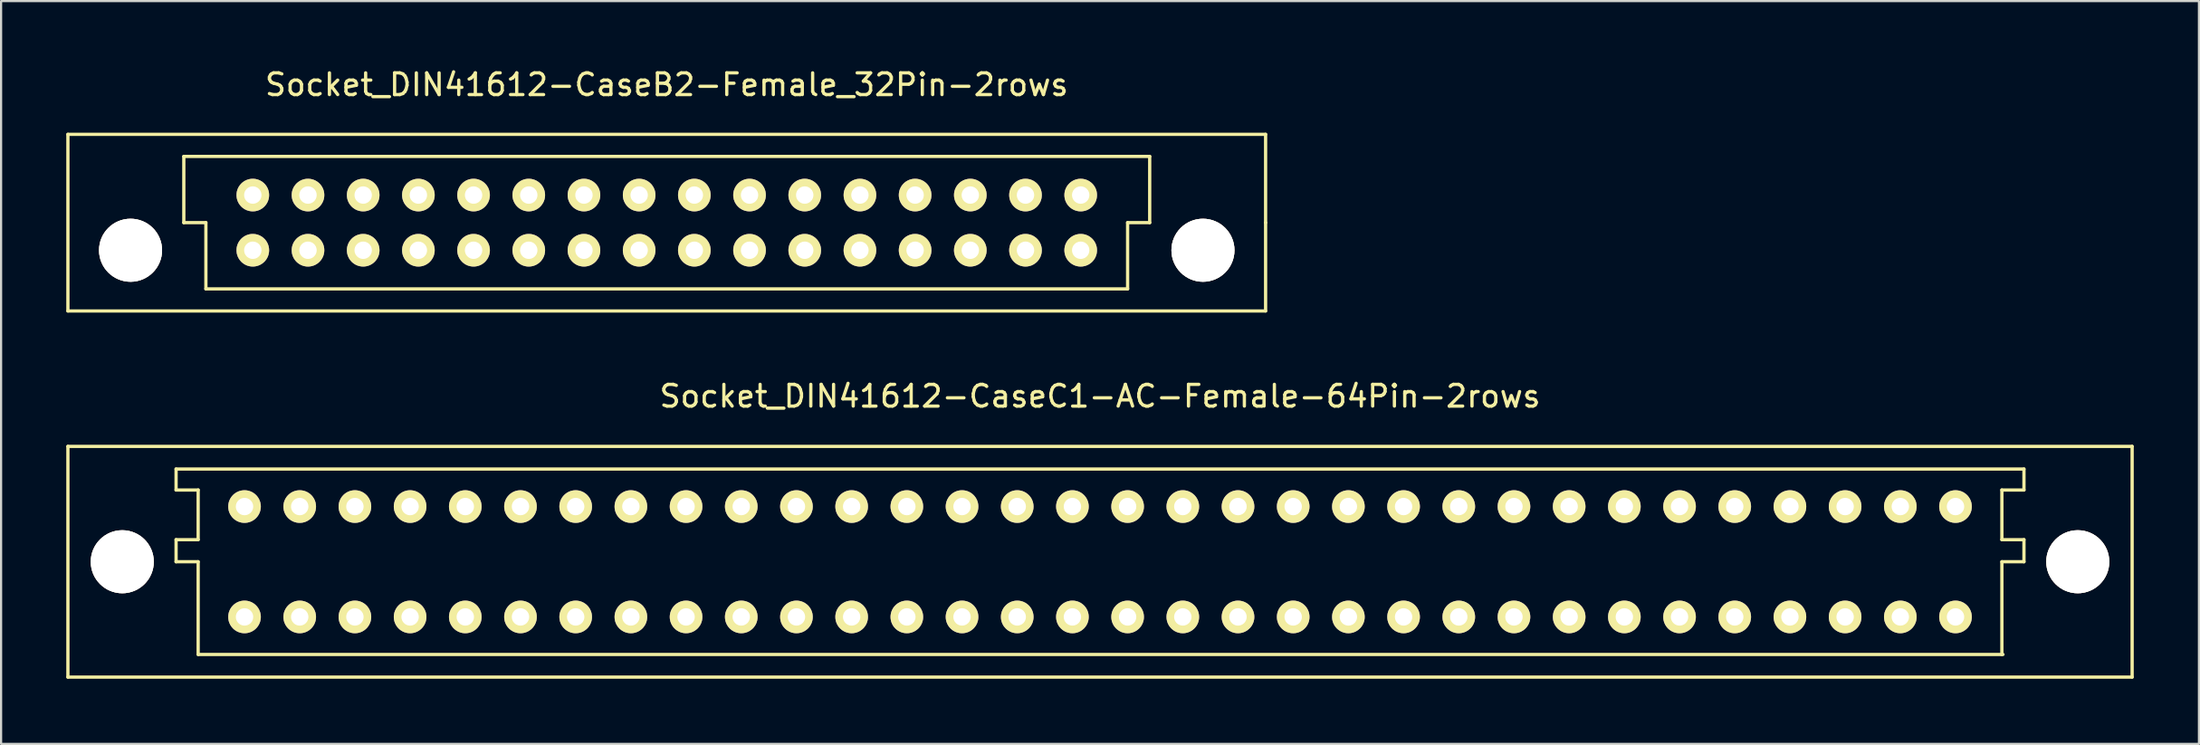
<source format=kicad_pcb>
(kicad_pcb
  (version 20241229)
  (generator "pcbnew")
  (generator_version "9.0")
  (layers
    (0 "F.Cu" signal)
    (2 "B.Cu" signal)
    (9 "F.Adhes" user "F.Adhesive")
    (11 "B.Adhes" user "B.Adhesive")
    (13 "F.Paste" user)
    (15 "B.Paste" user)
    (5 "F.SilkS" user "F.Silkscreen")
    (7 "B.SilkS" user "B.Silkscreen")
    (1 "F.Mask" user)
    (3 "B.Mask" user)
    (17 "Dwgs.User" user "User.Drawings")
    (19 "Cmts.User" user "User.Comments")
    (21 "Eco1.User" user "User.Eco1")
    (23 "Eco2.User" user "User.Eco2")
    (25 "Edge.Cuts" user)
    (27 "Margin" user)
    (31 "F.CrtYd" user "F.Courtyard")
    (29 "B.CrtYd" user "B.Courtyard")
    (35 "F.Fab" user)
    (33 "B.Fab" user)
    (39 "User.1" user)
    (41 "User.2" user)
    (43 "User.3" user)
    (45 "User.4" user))
  (footprint "Socket_DIN41612-CaseC1-AC-Female-64Pin-2rows"
    (layer "F.Cu")
    (at 47.573 22.805)
    (property "Reference" "Socket_DIN41612-CaseC1-AC-Female-64Pin-2rows" (at 0 -7.62 0) (layer "F.SilkS") (effects (font (size 1 1) (thickness 0.15))))
    (attr through_hole)
    (fp_line (start -47.498 -5.309) (end -47.498 5.309) (stroke (width 0.15) (type solid)) (layer "F.SilkS"))
    (fp_line (start -47.498 5.309) (end 47.498 5.309) (stroke (width 0.15) (type solid)) (layer "F.SilkS"))
    (fp_line (start -42.52 -3.302) (end -42.52 -4.267) (stroke (width 0.15) (type solid)) (layer "F.SilkS"))
    (fp_line (start -42.52 -1.016) (end -41.504 -1.016) (stroke (width 0.15) (type solid)) (layer "F.SilkS"))
    (fp_line (start -42.52 0) (end -42.52 -1.016) (stroke (width 0.15) (type solid)) (layer "F.SilkS"))
    (fp_line (start -41.504 -3.302) (end -42.52 -3.302) (stroke (width 0.15) (type solid)) (layer "F.SilkS"))
    (fp_line (start -41.504 -1.016) (end -41.504 -3.302) (stroke (width 0.15) (type solid)) (layer "F.SilkS"))
    (fp_line (start -41.504 0) (end -42.52 0) (stroke (width 0.15) (type solid)) (layer "F.SilkS"))
    (fp_line (start -41.504 4.267) (end -41.504 0) (stroke (width 0.15) (type solid)) (layer "F.SilkS"))
    (fp_line (start -41.504 4.267) (end 41.554 4.267) (stroke (width 0.15) (type solid)) (layer "F.SilkS"))
    (fp_line (start 41.504 -3.302) (end 42.52 -3.302) (stroke (width 0.15) (type solid)) (layer "F.SilkS"))
    (fp_line (start 41.504 -1.016) (end 41.504 -3.302) (stroke (width 0.15) (type solid)) (layer "F.SilkS"))
    (fp_line (start 41.504 0) (end 42.52 0) (stroke (width 0.15) (type solid)) (layer "F.SilkS"))
    (fp_line (start 41.504 4.267) (end 41.504 0) (stroke (width 0.15) (type solid)) (layer "F.SilkS"))
    (fp_line (start 42.52 -4.267) (end -42.52 -4.267) (stroke (width 0.15) (type solid)) (layer "F.SilkS"))
    (fp_line (start 42.52 -3.302) (end 42.52 -4.267) (stroke (width 0.15) (type solid)) (layer "F.SilkS"))
    (fp_line (start 42.52 -1.016) (end 41.504 -1.016) (stroke (width 0.15) (type solid)) (layer "F.SilkS"))
    (fp_line (start 42.52 0) (end 42.52 -1.016) (stroke (width 0.15) (type solid)) (layer "F.SilkS"))
    (fp_line (start 47.498 -5.309) (end -47.498 -5.309) (stroke (width 0.15) (type solid)) (layer "F.SilkS"))
    (fp_line (start 47.498 5.309) (end 47.498 -5.309) (stroke (width 0.15) (type solid)) (layer "F.SilkS"))
    (pad "1" thru_hole circle (at -44.996 0) (size 2.901 2.901) (drill 2.901) (layers "*.Cu" "*.Mask" "F.SilkS"))
    (pad "1" thru_hole circle (at 44.996 0) (size 2.901 2.901) (drill 2.901) (layers "*.Cu" "*.Mask" "F.SilkS"))
    (pad "1a" thru_hole circle (at 39.37 -2.54 180) (size 1.501 1.501) (drill 0.8) (layers "*.Cu" "*.Mask" "F.SilkS"))
    (pad "1c" thru_hole circle (at 39.37 2.54 180) (size 1.501 1.501) (drill 0.8) (layers "*.Cu" "*.Mask" "F.SilkS"))
    (pad "2a" thru_hole circle (at 36.83 -2.54 180) (size 1.501 1.501) (drill 0.8) (layers "*.Cu" "*.Mask" "F.SilkS"))
    (pad "2c" thru_hole circle (at 36.83 2.54 180) (size 1.501 1.501) (drill 0.8) (layers "*.Cu" "*.Mask" "F.SilkS"))
    (pad "3a" thru_hole circle (at 34.29 -2.54 180) (size 1.501 1.501) (drill 0.8) (layers "*.Cu" "*.Mask" "F.SilkS"))
    (pad "3c" thru_hole circle (at 34.29 2.54 180) (size 1.501 1.501) (drill 0.8) (layers "*.Cu" "*.Mask" "F.SilkS"))
    (pad "4a" thru_hole circle (at 31.75 -2.54 180) (size 1.501 1.501) (drill 0.8) (layers "*.Cu" "*.Mask" "F.SilkS"))
    (pad "4c" thru_hole circle (at 31.75 2.54 180) (size 1.501 1.501) (drill 0.8) (layers "*.Cu" "*.Mask" "F.SilkS"))
    (pad "5a" thru_hole circle (at 29.21 -2.54 180) (size 1.501 1.501) (drill 0.8) (layers "*.Cu" "*.Mask" "F.SilkS"))
    (pad "5c" thru_hole circle (at 29.21 2.54 180) (size 1.501 1.501) (drill 0.8) (layers "*.Cu" "*.Mask" "F.SilkS"))
    (pad "6a" thru_hole circle (at 26.67 -2.54 180) (size 1.501 1.501) (drill 0.8) (layers "*.Cu" "*.Mask" "F.SilkS"))
    (pad "6c" thru_hole circle (at 26.67 2.54 180) (size 1.501 1.501) (drill 0.8) (layers "*.Cu" "*.Mask" "F.SilkS"))
    (pad "7a" thru_hole circle (at 24.13 -2.54 180) (size 1.501 1.501) (drill 0.8) (layers "*.Cu" "*.Mask" "F.SilkS"))
    (pad "7c" thru_hole circle (at 24.13 2.54 180) (size 1.501 1.501) (drill 0.8) (layers "*.Cu" "*.Mask" "F.SilkS"))
    (pad "8a" thru_hole circle (at 21.59 -2.54 180) (size 1.501 1.501) (drill 0.8) (layers "*.Cu" "*.Mask" "F.SilkS"))
    (pad "8c" thru_hole circle (at 21.59 2.54 180) (size 1.501 1.501) (drill 0.8) (layers "*.Cu" "*.Mask" "F.SilkS"))
    (pad "9a" thru_hole circle (at 19.05 -2.54 180) (size 1.501 1.501) (drill 0.8) (layers "*.Cu" "*.Mask" "F.SilkS"))
    (pad "9c" thru_hole circle (at 19.05 2.54 180) (size 1.501 1.501) (drill 0.8) (layers "*.Cu" "*.Mask" "F.SilkS"))
    (pad "10a" thru_hole circle (at 16.51 -2.54 180) (size 1.501 1.501) (drill 0.8) (layers "*.Cu" "*.Mask" "F.SilkS"))
    (pad "10c" thru_hole circle (at 16.51 2.54 180) (size 1.501 1.501) (drill 0.8) (layers "*.Cu" "*.Mask" "F.SilkS"))
    (pad "11a" thru_hole circle (at 13.97 -2.54 180) (size 1.501 1.501) (drill 0.8) (layers "*.Cu" "*.Mask" "F.SilkS"))
    (pad "11c" thru_hole circle (at 13.97 2.54 180) (size 1.501 1.501) (drill 0.8) (layers "*.Cu" "*.Mask" "F.SilkS"))
    (pad "12a" thru_hole circle (at 11.43 -2.54 180) (size 1.501 1.501) (drill 0.8) (layers "*.Cu" "*.Mask" "F.SilkS"))
    (pad "12c" thru_hole circle (at 11.43 2.54 180) (size 1.501 1.501) (drill 0.8) (layers "*.Cu" "*.Mask" "F.SilkS"))
    (pad "13a" thru_hole circle (at 8.89 -2.54 180) (size 1.501 1.501) (drill 0.8) (layers "*.Cu" "*.Mask" "F.SilkS"))
    (pad "13c" thru_hole circle (at 8.89 2.54 180) (size 1.501 1.501) (drill 0.8) (layers "*.Cu" "*.Mask" "F.SilkS"))
    (pad "14a" thru_hole circle (at 6.35 -2.54 180) (size 1.501 1.501) (drill 0.8) (layers "*.Cu" "*.Mask" "F.SilkS"))
    (pad "14c" thru_hole circle (at 6.35 2.54 180) (size 1.501 1.501) (drill 0.8) (layers "*.Cu" "*.Mask" "F.SilkS"))
    (pad "15a" thru_hole circle (at 3.81 -2.54 180) (size 1.501 1.501) (drill 0.8) (layers "*.Cu" "*.Mask" "F.SilkS"))
    (pad "15c" thru_hole circle (at 3.81 2.54 180) (size 1.501 1.501) (drill 0.8) (layers "*.Cu" "*.Mask" "F.SilkS"))
    (pad "16a" thru_hole circle (at 1.27 -2.54 180) (size 1.501 1.501) (drill 0.8) (layers "*.Cu" "*.Mask" "F.SilkS"))
    (pad "16c" thru_hole circle (at 1.27 2.54 180) (size 1.501 1.501) (drill 0.8) (layers "*.Cu" "*.Mask" "F.SilkS"))
    (pad "17a" thru_hole circle (at -1.27 -2.54 180) (size 1.501 1.501) (drill 0.8) (layers "*.Cu" "*.Mask" "F.SilkS"))
    (pad "17c" thru_hole circle (at -1.27 2.54 180) (size 1.501 1.501) (drill 0.8) (layers "*.Cu" "*.Mask" "F.SilkS"))
    (pad "18a" thru_hole circle (at -3.81 -2.54 180) (size 1.501 1.501) (drill 0.8) (layers "*.Cu" "*.Mask" "F.SilkS"))
    (pad "18c" thru_hole circle (at -3.81 2.54 180) (size 1.501 1.501) (drill 0.8) (layers "*.Cu" "*.Mask" "F.SilkS"))
    (pad "19a" thru_hole circle (at -6.35 -2.54 180) (size 1.501 1.501) (drill 0.8) (layers "*.Cu" "*.Mask" "F.SilkS"))
    (pad "19c" thru_hole circle (at -6.35 2.54 180) (size 1.501 1.501) (drill 0.8) (layers "*.Cu" "*.Mask" "F.SilkS"))
    (pad "20a" thru_hole circle (at -8.89 -2.54 180) (size 1.501 1.501) (drill 0.8) (layers "*.Cu" "*.Mask" "F.SilkS"))
    (pad "20c" thru_hole circle (at -8.89 2.54 180) (size 1.501 1.501) (drill 0.8) (layers "*.Cu" "*.Mask" "F.SilkS"))
    (pad "21a" thru_hole circle (at -11.43 -2.54 180) (size 1.501 1.501) (drill 0.8) (layers "*.Cu" "*.Mask" "F.SilkS"))
    (pad "21c" thru_hole circle (at -11.43 2.54 180) (size 1.501 1.501) (drill 0.8) (layers "*.Cu" "*.Mask" "F.SilkS"))
    (pad "22a" thru_hole circle (at -13.97 -2.54 180) (size 1.501 1.501) (drill 0.8) (layers "*.Cu" "*.Mask" "F.SilkS"))
    (pad "22c" thru_hole circle (at -13.97 2.54 180) (size 1.501 1.501) (drill 0.8) (layers "*.Cu" "*.Mask" "F.SilkS"))
    (pad "23a" thru_hole circle (at -16.51 -2.54 180) (size 1.501 1.501) (drill 0.8) (layers "*.Cu" "*.Mask" "F.SilkS"))
    (pad "23c" thru_hole circle (at -16.51 2.54 180) (size 1.501 1.501) (drill 0.8) (layers "*.Cu" "*.Mask" "F.SilkS"))
    (pad "24" thru_hole circle (at -19.05 -2.54 180) (size 1.501 1.501) (drill 0.8) (layers "*.Cu" "*.Mask" "F.SilkS"))
    (pad "24c" thru_hole circle (at -19.05 2.54 180) (size 1.501 1.501) (drill 0.8) (layers "*.Cu" "*.Mask" "F.SilkS"))
    (pad "25a" thru_hole circle (at -21.59 -2.54 180) (size 1.501 1.501) (drill 0.8) (layers "*.Cu" "*.Mask" "F.SilkS"))
    (pad "25c" thru_hole circle (at -21.59 2.54 180) (size 1.501 1.501) (drill 0.8) (layers "*.Cu" "*.Mask" "F.SilkS"))
    (pad "26a" thru_hole circle (at -24.13 -2.54 180) (size 1.501 1.501) (drill 0.8) (layers "*.Cu" "*.Mask" "F.SilkS"))
    (pad "26c" thru_hole circle (at -24.13 2.54 180) (size 1.501 1.501) (drill 0.8) (layers "*.Cu" "*.Mask" "F.SilkS"))
    (pad "27a" thru_hole circle (at -26.67 -2.54 180) (size 1.501 1.501) (drill 0.8) (layers "*.Cu" "*.Mask" "F.SilkS"))
    (pad "27c" thru_hole circle (at -26.67 2.54 180) (size 1.501 1.501) (drill 0.8) (layers "*.Cu" "*.Mask" "F.SilkS"))
    (pad "28a" thru_hole circle (at -29.21 -2.54 180) (size 1.501 1.501) (drill 0.8) (layers "*.Cu" "*.Mask" "F.SilkS"))
    (pad "28c" thru_hole circle (at -29.21 2.54 180) (size 1.501 1.501) (drill 0.8) (layers "*.Cu" "*.Mask" "F.SilkS"))
    (pad "29a" thru_hole circle (at -31.75 -2.54 180) (size 1.501 1.501) (drill 0.8) (layers "*.Cu" "*.Mask" "F.SilkS"))
    (pad "29c" thru_hole circle (at -31.75 2.54 180) (size 1.501 1.501) (drill 0.8) (layers "*.Cu" "*.Mask" "F.SilkS"))
    (pad "30a" thru_hole circle (at -34.29 -2.54 180) (size 1.501 1.501) (drill 0.8) (layers "*.Cu" "*.Mask" "F.SilkS"))
    (pad "30c" thru_hole circle (at -34.29 2.54 180) (size 1.501 1.501) (drill 0.8) (layers "*.Cu" "*.Mask" "F.SilkS"))
    (pad "31a" thru_hole circle (at -36.83 -2.54 180) (size 1.501 1.501) (drill 0.8) (layers "*.Cu" "*.Mask" "F.SilkS"))
    (pad "31c" thru_hole circle (at -36.83 2.54 180) (size 1.501 1.501) (drill 0.8) (layers "*.Cu" "*.Mask" "F.SilkS"))
    (pad "32a" thru_hole circle (at -39.37 -2.54 180) (size 1.501 1.501) (drill 0.8) (layers "*.Cu" "*.Mask" "F.SilkS"))
    (pad "32c" thru_hole circle (at -39.37 2.54 180) (size 1.501 1.501) (drill 0.8) (layers "*.Cu" "*.Mask" "F.SilkS")))
  (footprint "Socket_DIN41612-CaseB2-Female_32Pin-2rows"
    (layer "F.Cu")
    (at 27.634 7.198)
    (property "Reference" "Socket_DIN41612-CaseB2-Female_32Pin-2rows" (at 0 -6.35 0) (layer "F.SilkS") (effects (font (size 1 1) (thickness 0.15))))
    (attr through_hole)
    (fp_line (start -27.559 -4.064) (end -27.559 4.064) (stroke (width 0.15) (type solid)) (layer "F.SilkS"))
    (fp_line (start -27.559 4.064) (end 27.559 4.064) (stroke (width 0.15) (type solid)) (layer "F.SilkS"))
    (fp_line (start -22.225 0) (end -22.225 -3.048) (stroke (width 0.15) (type solid)) (layer "F.SilkS"))
    (fp_line (start -21.209 0) (end -22.225 0) (stroke (width 0.15) (type solid)) (layer "F.SilkS"))
    (fp_line (start -21.209 3.048) (end -21.209 0) (stroke (width 0.15) (type solid)) (layer "F.SilkS"))
    (fp_line (start -21.209 3.048) (end 21.209 3.048) (stroke (width 0.15) (type solid)) (layer "F.SilkS"))
    (fp_line (start 21.209 0) (end 22.225 0) (stroke (width 0.15) (type solid)) (layer "F.SilkS"))
    (fp_line (start 21.209 3.048) (end 21.209 0) (stroke (width 0.15) (type solid)) (layer "F.SilkS"))
    (fp_line (start 22.225 -3.048) (end -22.225 -3.048) (stroke (width 0.15) (type solid)) (layer "F.SilkS"))
    (fp_line (start 22.225 0) (end 22.225 -3.048) (stroke (width 0.15) (type solid)) (layer "F.SilkS"))
    (fp_line (start 27.559 -4.064) (end -27.559 -4.064) (stroke (width 0.15) (type solid)) (layer "F.SilkS"))
    (fp_line (start 27.559 0) (end 27.559 -4.064) (stroke (width 0.15) (type solid)) (layer "F.SilkS"))
    (fp_line (start 27.559 4.064) (end 27.559 0) (stroke (width 0.15) (type solid)) (layer "F.SilkS"))
    (pad "1" thru_hole circle (at -24.676 1.27) (size 2.901 2.901) (drill 2.901) (layers "*.Cu" "*.Mask" "F.SilkS"))
    (pad "1" thru_hole circle (at 24.676 1.27) (size 2.901 2.901) (drill 2.901) (layers "*.Cu" "*.Mask" "F.SilkS"))
    (pad "1a" thru_hole circle (at 19.05 -1.27 180) (size 1.501 1.501) (drill 0.8) (layers "*.Cu" "*.Mask" "F.SilkS"))
    (pad "1b" thru_hole circle (at 19.05 1.27 180) (size 1.501 1.501) (drill 0.8) (layers "*.Cu" "*.Mask" "F.SilkS"))
    (pad "2a" thru_hole circle (at 16.51 -1.27 180) (size 1.501 1.501) (drill 0.8) (layers "*.Cu" "*.Mask" "F.SilkS"))
    (pad "2b" thru_hole circle (at 16.51 1.27 180) (size 1.501 1.501) (drill 0.8) (layers "*.Cu" "*.Mask" "F.SilkS"))
    (pad "3a" thru_hole circle (at 13.97 -1.27 180) (size 1.501 1.501) (drill 0.8) (layers "*.Cu" "*.Mask" "F.SilkS"))
    (pad "3b" thru_hole circle (at 13.97 1.27 180) (size 1.501 1.501) (drill 0.8) (layers "*.Cu" "*.Mask" "F.SilkS"))
    (pad "4a" thru_hole circle (at 11.43 -1.27 180) (size 1.501 1.501) (drill 0.8) (layers "*.Cu" "*.Mask" "F.SilkS"))
    (pad "4b" thru_hole circle (at 11.43 1.27 180) (size 1.501 1.501) (drill 0.8) (layers "*.Cu" "*.Mask" "F.SilkS"))
    (pad "5a" thru_hole circle (at 8.89 -1.27 180) (size 1.501 1.501) (drill 0.8) (layers "*.Cu" "*.Mask" "F.SilkS"))
    (pad "5b" thru_hole circle (at 8.89 1.27 180) (size 1.501 1.501) (drill 0.8) (layers "*.Cu" "*.Mask" "F.SilkS"))
    (pad "6a" thru_hole circle (at 6.35 -1.27 180) (size 1.501 1.501) (drill 0.8) (layers "*.Cu" "*.Mask" "F.SilkS"))
    (pad "6b" thru_hole circle (at 6.35 1.27 180) (size 1.501 1.501) (drill 0.8) (layers "*.Cu" "*.Mask" "F.SilkS"))
    (pad "7a" thru_hole circle (at 3.81 -1.27 180) (size 1.501 1.501) (drill 0.8) (layers "*.Cu" "*.Mask" "F.SilkS"))
    (pad "7b" thru_hole circle (at 3.81 1.27 180) (size 1.501 1.501) (drill 0.8) (layers "*.Cu" "*.Mask" "F.SilkS"))
    (pad "8a" thru_hole circle (at 1.27 -1.27 180) (size 1.501 1.501) (drill 0.8) (layers "*.Cu" "*.Mask" "F.SilkS"))
    (pad "8b" thru_hole circle (at 1.27 1.27 180) (size 1.501 1.501) (drill 0.8) (layers "*.Cu" "*.Mask" "F.SilkS"))
    (pad "9a" thru_hole circle (at -1.27 -1.27 180) (size 1.501 1.501) (drill 0.8) (layers "*.Cu" "*.Mask" "F.SilkS"))
    (pad "9b" thru_hole circle (at -1.27 1.27 180) (size 1.501 1.501) (drill 0.8) (layers "*.Cu" "*.Mask" "F.SilkS"))
    (pad "10a" thru_hole circle (at -3.81 -1.27 180) (size 1.501 1.501) (drill 0.8) (layers "*.Cu" "*.Mask" "F.SilkS"))
    (pad "10b" thru_hole circle (at -3.81 1.27 180) (size 1.501 1.501) (drill 0.8) (layers "*.Cu" "*.Mask" "F.SilkS"))
    (pad "11a" thru_hole circle (at -6.35 -1.27 180) (size 1.501 1.501) (drill 0.8) (layers "*.Cu" "*.Mask" "F.SilkS"))
    (pad "11b" thru_hole circle (at -6.35 1.27 180) (size 1.501 1.501) (drill 0.8) (layers "*.Cu" "*.Mask" "F.SilkS"))
    (pad "12a" thru_hole circle (at -8.89 -1.27 180) (size 1.501 1.501) (drill 0.8) (layers "*.Cu" "*.Mask" "F.SilkS"))
    (pad "12b" thru_hole circle (at -8.89 1.27 180) (size 1.501 1.501) (drill 0.8) (layers "*.Cu" "*.Mask" "F.SilkS"))
    (pad "13a" thru_hole circle (at -11.43 -1.27 180) (size 1.501 1.501) (drill 0.8) (layers "*.Cu" "*.Mask" "F.SilkS"))
    (pad "13b" thru_hole circle (at -11.43 1.27 180) (size 1.501 1.501) (drill 0.8) (layers "*.Cu" "*.Mask" "F.SilkS"))
    (pad "14a" thru_hole circle (at -13.97 -1.27 180) (size 1.501 1.501) (drill 0.8) (layers "*.Cu" "*.Mask" "F.SilkS"))
    (pad "14b" thru_hole circle (at -13.97 1.27 180) (size 1.501 1.501) (drill 0.8) (layers "*.Cu" "*.Mask" "F.SilkS"))
    (pad "15a" thru_hole circle (at -16.51 -1.27 180) (size 1.501 1.501) (drill 0.8) (layers "*.Cu" "*.Mask" "F.SilkS"))
    (pad "15b" thru_hole circle (at -16.51 1.27 180) (size 1.501 1.501) (drill 0.8) (layers "*.Cu" "*.Mask" "F.SilkS"))
    (pad "16a" thru_hole circle (at -19.05 -1.27 180) (size 1.501 1.501) (drill 0.8) (layers "*.Cu" "*.Mask" "F.SilkS"))
    (pad "16b" thru_hole circle (at -19.05 1.27 180) (size 1.501 1.501) (drill 0.8) (layers "*.Cu" "*.Mask" "F.SilkS")))
  (gr_rect
    (start -3 -3)
    (end 98.146 31.189)
    (stroke (width 0.1) (type default))
    (fill no)
    (layer "Edge.Cuts")))
</source>
